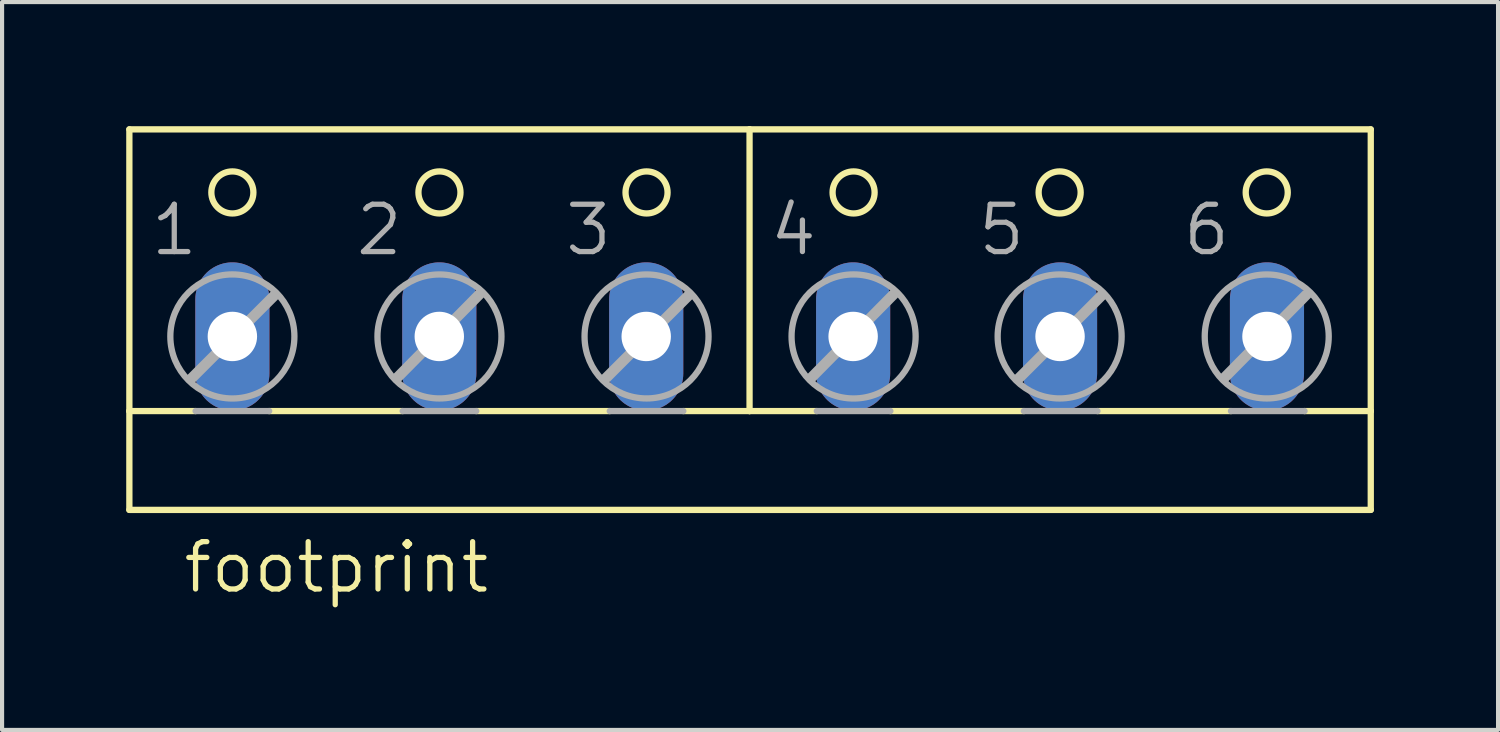
<source format=kicad_pcb>
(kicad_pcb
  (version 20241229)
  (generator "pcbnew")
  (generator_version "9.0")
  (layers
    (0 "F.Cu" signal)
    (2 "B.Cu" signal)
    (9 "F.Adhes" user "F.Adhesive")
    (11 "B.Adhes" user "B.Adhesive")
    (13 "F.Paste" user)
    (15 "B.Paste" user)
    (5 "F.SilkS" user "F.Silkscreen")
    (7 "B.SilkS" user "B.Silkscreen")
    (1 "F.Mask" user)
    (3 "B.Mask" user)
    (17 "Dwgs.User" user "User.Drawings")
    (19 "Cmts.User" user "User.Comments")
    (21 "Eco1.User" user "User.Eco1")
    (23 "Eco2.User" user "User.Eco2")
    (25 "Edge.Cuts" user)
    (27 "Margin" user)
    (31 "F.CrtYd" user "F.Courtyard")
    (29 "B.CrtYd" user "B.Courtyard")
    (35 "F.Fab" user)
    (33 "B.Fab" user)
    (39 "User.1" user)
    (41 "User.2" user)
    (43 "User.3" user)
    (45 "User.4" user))
  (footprint "footprint"
    (layer "F.Cu")
    (at 15.065 3.81)
    (property "Reference" "footprint" (at -13.745 7.518 0) (layer "F.SilkS") (effects (font (size 1.143 1.143) (thickness 0.127)) (justify left bottom)))
    (fp_line (start -14.989 3.073) (end -14.989 -3.734) (stroke (width 0.152) (type solid)) (layer "F.SilkS"))
    (fp_line (start -14.989 3.073) (end -13.389 3.073) (stroke (width 0.152) (type solid)) (layer "F.SilkS"))
    (fp_line (start -14.989 5.461) (end -14.989 3.073) (stroke (width 0.152) (type solid)) (layer "F.SilkS"))
    (fp_line (start -14.989 5.461) (end 15.008 5.461) (stroke (width 0.152) (type solid)) (layer "F.SilkS"))
    (fp_line (start -11.611 3.073) (end -8.385 3.073) (stroke (width 0.152) (type solid)) (layer "F.SilkS"))
    (fp_line (start -6.607 3.073) (end -3.381 3.073) (stroke (width 0.152) (type solid)) (layer "F.SilkS"))
    (fp_line (start -1.603 3.073) (end -0.003 3.073) (stroke (width 0.152) (type solid)) (layer "F.SilkS"))
    (fp_line (start -0.003 -3.734) (end -14.989 -3.734) (stroke (width 0.152) (type solid)) (layer "F.SilkS"))
    (fp_line (start -0.003 -3.734) (end -0.003 3.073) (stroke (width 0.152) (type solid)) (layer "F.SilkS"))
    (fp_line (start -0.003 3.073) (end 1.622 3.073) (stroke (width 0.152) (type solid)) (layer "F.SilkS"))
    (fp_line (start 3.4 3.073) (end 6.626 3.073) (stroke (width 0.152) (type solid)) (layer "F.SilkS"))
    (fp_line (start 8.404 3.073) (end 11.63 3.073) (stroke (width 0.152) (type solid)) (layer "F.SilkS"))
    (fp_line (start 13.408 3.073) (end 15.008 3.073) (stroke (width 0.152) (type solid)) (layer "F.SilkS"))
    (fp_line (start 15.008 -3.734) (end -0.003 -3.734) (stroke (width 0.152) (type solid)) (layer "F.SilkS"))
    (fp_line (start 15.008 -3.734) (end 15.008 3.073) (stroke (width 0.152) (type solid)) (layer "F.SilkS"))
    (fp_line (start 15.008 3.073) (end 15.008 5.461) (stroke (width 0.152) (type solid)) (layer "F.SilkS"))
    (fp_circle (center -12.5 -2.21) (end -11.992 -2.21) (stroke (width 0.152) (type solid)) (fill no) (layer "F.SilkS"))
    (fp_circle (center -7.496 -2.21) (end -6.988 -2.21) (stroke (width 0.152) (type solid)) (fill no) (layer "F.SilkS"))
    (fp_circle (center -2.492 -2.21) (end -1.984 -2.21) (stroke (width 0.152) (type solid)) (fill no) (layer "F.SilkS"))
    (fp_circle (center 2.511 -2.21) (end 3.019 -2.21) (stroke (width 0.152) (type solid)) (fill no) (layer "F.SilkS"))
    (fp_circle (center 7.49 -2.21) (end 7.998 -2.21) (stroke (width 0.152) (type solid)) (fill no) (layer "F.SilkS"))
    (fp_circle (center 12.494 -2.21) (end 13.002 -2.21) (stroke (width 0.152) (type solid)) (fill no) (layer "F.SilkS"))
    (fp_line (start -13.491 2.286) (end -11.484 0.279) (stroke (width 0.254) (type solid)) (layer "F.Fab"))
    (fp_line (start -13.389 3.073) (end -11.611 3.073) (stroke (width 0.152) (type solid)) (layer "F.Fab"))
    (fp_line (start -8.512 2.261) (end -6.531 0.254) (stroke (width 0.254) (type solid)) (layer "F.Fab"))
    (fp_line (start -8.385 3.073) (end -6.607 3.073) (stroke (width 0.152) (type solid)) (layer "F.Fab"))
    (fp_line (start -3.483 2.286) (end -1.476 0.279) (stroke (width 0.254) (type solid)) (layer "F.Fab"))
    (fp_line (start -3.381 3.073) (end -1.603 3.073) (stroke (width 0.152) (type solid)) (layer "F.Fab"))
    (fp_line (start 1.495 2.261) (end 3.477 0.254) (stroke (width 0.254) (type solid)) (layer "F.Fab"))
    (fp_line (start 1.622 3.073) (end 3.4 3.073) (stroke (width 0.152) (type solid)) (layer "F.Fab"))
    (fp_line (start 6.499 2.286) (end 8.506 0.279) (stroke (width 0.254) (type solid)) (layer "F.Fab"))
    (fp_line (start 6.626 3.073) (end 8.404 3.073) (stroke (width 0.152) (type solid)) (layer "F.Fab"))
    (fp_line (start 11.478 2.261) (end 13.459 0.254) (stroke (width 0.254) (type solid)) (layer "F.Fab"))
    (fp_line (start 11.63 3.073) (end 13.408 3.073) (stroke (width 0.152) (type solid)) (layer "F.Fab"))
    (fp_circle (center -12.5 1.27) (end -11.001 1.27) (stroke (width 0.152) (type solid)) (fill no) (layer "F.Fab"))
    (fp_circle (center -7.496 1.27) (end -5.998 1.27) (stroke (width 0.152) (type solid)) (fill no) (layer "F.Fab"))
    (fp_circle (center -2.492 1.27) (end -0.994 1.27) (stroke (width 0.152) (type solid)) (fill no) (layer "F.Fab"))
    (fp_circle (center 2.511 1.27) (end 4.01 1.27) (stroke (width 0.152) (type solid)) (fill no) (layer "F.Fab"))
    (fp_circle (center 7.49 1.27) (end 8.988 1.27) (stroke (width 0.152) (type solid)) (fill no) (layer "F.Fab"))
    (fp_circle (center 12.494 1.27) (end 13.992 1.27) (stroke (width 0.152) (type solid)) (fill no) (layer "F.Fab"))
    (fp_text user "1" (at -14.532 -0.635 0) (layer "F.Fab") (effects (font (size 1.143 1.143) (thickness 0.127)) (justify left bottom)))
    (fp_text user "5" (at 5.458 -0.635 0) (layer "F.Fab") (effects (font (size 1.143 1.143) (thickness 0.127)) (justify left bottom)))
    (fp_text user "4" (at 0.429 -0.635 0) (layer "F.Fab") (effects (font (size 1.143 1.143) (thickness 0.127)) (justify left bottom)))
    (fp_text user "3" (at -4.524 -0.635 0) (layer "F.Fab") (effects (font (size 1.143 1.143) (thickness 0.127)) (justify left bottom)))
    (fp_text user "6" (at 10.411 -0.635 0) (layer "F.Fab") (effects (font (size 1.143 1.143) (thickness 0.127)) (justify left bottom)))
    (fp_text user "2" (at -9.579 -0.635 0) (layer "F.Fab") (effects (font (size 1.143 1.143) (thickness 0.127)) (justify left bottom)))
    (pad "1" thru_hole oval (at -12.5 1.27 90) (size 3.581 1.791) (drill 1.194) (layers "*.Cu" "*.Mask"))
    (pad "2" thru_hole oval (at -7.5 1.27 90) (size 3.581 1.791) (drill 1.194) (layers "*.Cu" "*.Mask"))
    (pad "3" thru_hole oval (at -2.5 1.27 90) (size 3.581 1.791) (drill 1.194) (layers "*.Cu" "*.Mask"))
    (pad "4" thru_hole oval (at 2.5 1.27 90) (size 3.581 1.791) (drill 1.194) (layers "*.Cu" "*.Mask"))
    (pad "5" thru_hole oval (at 7.5 1.27 90) (size 3.581 1.791) (drill 1.194) (layers "*.Cu" "*.Mask"))
    (pad "6" thru_hole oval (at 12.5 1.27 90) (size 3.581 1.791) (drill 1.194) (layers "*.Cu" "*.Mask")))
  (gr_rect
    (start -3 -3)
    (end 33.149 14.588)
    (stroke (width 0.1) (type default))
    (fill no)
    (layer "Edge.Cuts")))
</source>
